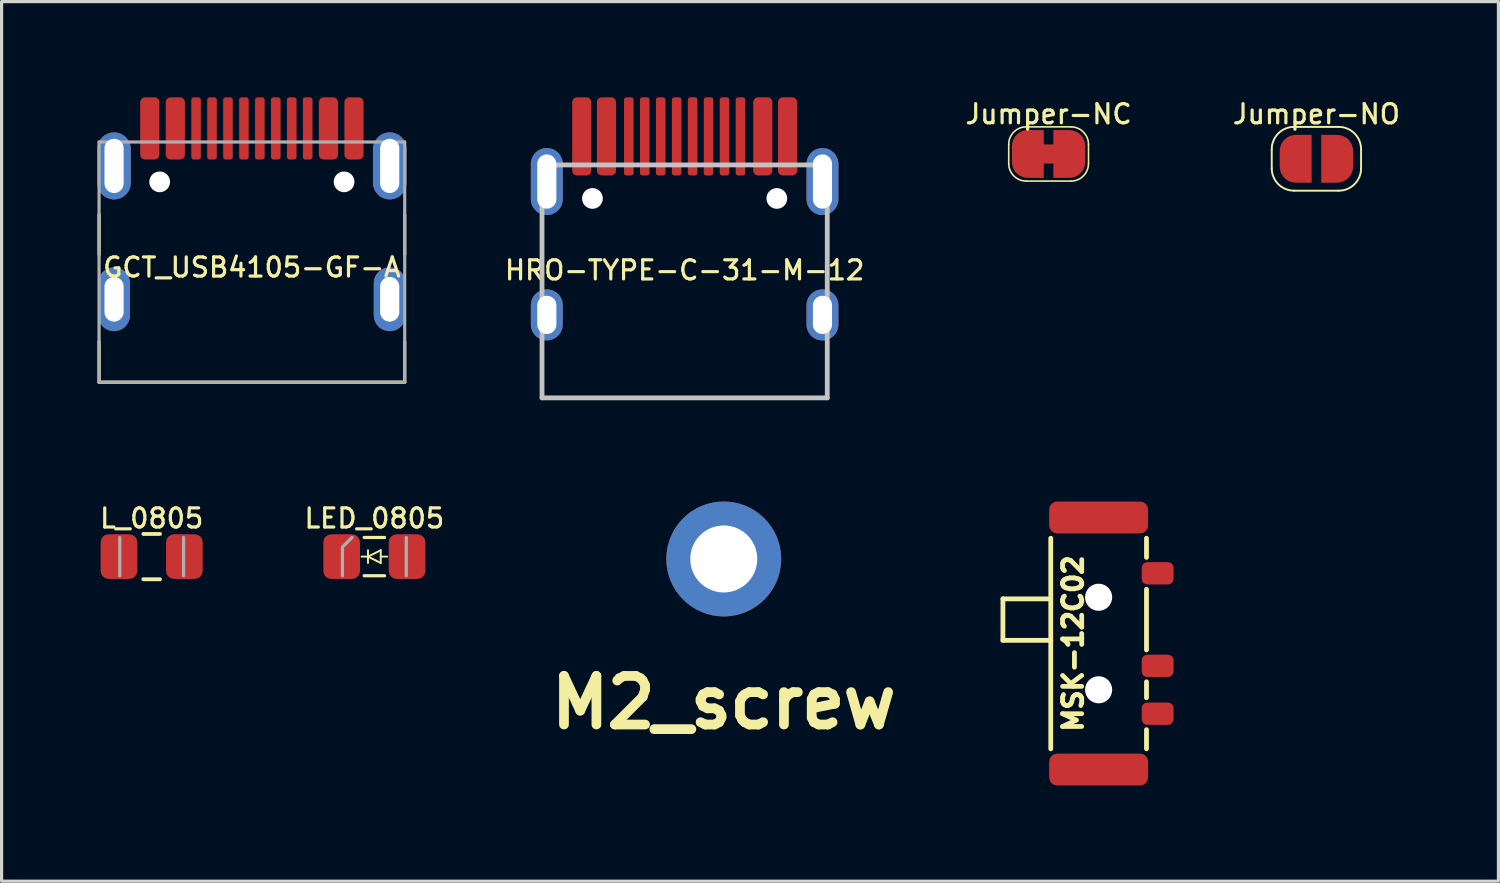
<source format=kicad_pcb>
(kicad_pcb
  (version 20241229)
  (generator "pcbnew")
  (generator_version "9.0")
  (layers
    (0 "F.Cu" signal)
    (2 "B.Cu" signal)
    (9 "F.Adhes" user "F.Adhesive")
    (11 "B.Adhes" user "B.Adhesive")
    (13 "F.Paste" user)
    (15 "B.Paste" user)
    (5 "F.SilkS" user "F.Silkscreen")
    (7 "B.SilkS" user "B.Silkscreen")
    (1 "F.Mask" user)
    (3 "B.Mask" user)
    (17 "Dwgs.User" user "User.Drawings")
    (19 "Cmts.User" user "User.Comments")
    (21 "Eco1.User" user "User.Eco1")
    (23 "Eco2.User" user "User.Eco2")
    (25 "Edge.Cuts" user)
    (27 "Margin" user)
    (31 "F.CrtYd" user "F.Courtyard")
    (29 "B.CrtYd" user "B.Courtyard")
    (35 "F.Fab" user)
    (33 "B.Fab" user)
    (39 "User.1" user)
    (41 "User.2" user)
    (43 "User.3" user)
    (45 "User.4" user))
  (footprint "Jumper-NO"
    (layer "F.Cu")
    (at 38.211 1.927)
    (property "Reference" "Jumper-NO" (at 0 -1.4 0) (layer "F.SilkS") (effects (font (size 0.6 0.6) (thickness 0.1))))
    (attr exclude_from_pos_files exclude_from_bom)
    (fp_line (start -1.4 0.3) (end -1.4 -0.3) (stroke (width 0.06) (type solid)) (layer "F.SilkS"))
    (fp_line (start -0.7 -1) (end 0.7 -1) (stroke (width 0.06) (type solid)) (layer "F.SilkS"))
    (fp_line (start 0.7 1) (end -0.7 1) (stroke (width 0.06) (type solid)) (layer "F.SilkS"))
    (fp_line (start 1.4 -0.3) (end 1.4 0.3) (stroke (width 0.06) (type solid)) (layer "F.SilkS"))
    (fp_arc (start -1.4 -0.3) (mid -1.194975 -0.794975) (end -0.7 -1) (stroke (width 0.06) (type solid)) (layer "F.SilkS"))
    (fp_arc (start -0.7 1) (mid -1.194975 0.794975) (end -1.4 0.3) (stroke (width 0.06) (type solid)) (layer "F.SilkS"))
    (fp_arc (start 0.7 -1) (mid 1.194975 -0.794975) (end 1.4 -0.3) (stroke (width 0.06) (type solid)) (layer "F.SilkS"))
    (fp_arc (start 1.4 0.3) (mid 1.194975 0.794975) (end 0.7 1) (stroke (width 0.06) (type solid)) (layer "F.SilkS"))
    (pad "1" smd custom (at -0.65 0) (size 1 0.5) (layers "F.Cu" "F.Mask") (options (anchor rect)) (primitives (gr_circle (center 0 0.25) (end 0.5 0.25) (width 0) (fill yes)) (gr_circle (center 0 -0.25) (end 0.5 -0.25) (width 0) (fill yes)) (gr_poly (pts (xy 0 -0.75) (xy 0.5 -0.75) (xy 0.5 0.75) (xy 0 0.75)) (width 0) (fill yes))))
    (pad "2" smd custom (at 0.65 0) (size 1 0.5) (layers "F.Cu" "F.Mask") (options (anchor rect)) (primitives (gr_circle (center 0 0.25) (end 0.5 0.25) (width 0) (fill yes)) (gr_circle (center 0 -0.25) (end 0.5 -0.25) (width 0) (fill yes)) (gr_poly (pts (xy 0 -0.75) (xy -0.5 -0.75) (xy -0.5 0.75) (xy 0 0.75)) (width 0) (fill yes)))))
  (footprint "GCT_USB4105-GF-A"
    (layer "F.Cu")
    (at 4.845 5.33)
    (property "Reference" "GCT_USB4105-GF-A" (at 0 0 0) (layer "F.SilkS") (effects (font (size 0.6 0.6) (thickness 0.1))))
    (attr smd)
    (fp_line (start -4.79 -1.65) (end -4.79 -0.4) (stroke (width 0.1) (type solid)) (layer "F.SilkS"))
    (fp_line (start -4.79 2.32) (end -4.79 3.6) (stroke (width 0.1) (type solid)) (layer "F.SilkS"))
    (fp_line (start -4.79 3.6) (end 4.79 3.6) (stroke (width 0.1) (type solid)) (layer "F.SilkS"))
    (fp_line (start 4.79 -1.65) (end 4.79 -0.4) (stroke (width 0.1) (type solid)) (layer "F.SilkS"))
    (fp_line (start 4.79 3.6) (end 4.79 2.32) (stroke (width 0.1) (type solid)) (layer "F.SilkS"))
    (fp_line (start -4.79 -3.93) (end 4.79 -3.93) (stroke (width 0.1) (type solid)) (layer "F.Fab"))
    (fp_line (start -4.79 3.6) (end -4.79 -3.93) (stroke (width 0.1) (type solid)) (layer "F.Fab"))
    (fp_line (start 4.79 -3.93) (end 4.79 3.6) (stroke (width 0.1) (type solid)) (layer "F.Fab"))
    (fp_line (start 4.79 3.6) (end -4.79 3.6) (stroke (width 0.1) (type solid)) (layer "F.Fab"))
    (pad "" np_thru_hole circle (at -2.89 -2.68) (size 0.65 0.65) (drill 0.65) (layers "*.Cu" "*.Mask"))
    (pad "" np_thru_hole circle (at 2.89 -2.68) (size 0.65 0.65) (drill 0.65) (layers "*.Cu" "*.Mask"))
    (pad "A1/B12" smd roundrect (at -3.2 -4.355) (size 0.6 1.95) (layers "F.Cu" "F.Mask" "F.Paste") (roundrect_rratio 0.25))
    (pad "A4/B9" smd roundrect (at -2.4 -4.355) (size 0.6 1.95) (layers "F.Cu" "F.Mask" "F.Paste") (roundrect_rratio 0.25))
    (pad "A5" smd roundrect (at -1.25 -4.355) (size 0.3 1.95) (layers "F.Cu" "F.Mask" "F.Paste") (roundrect_rratio 0.25))
    (pad "A6" smd roundrect (at -0.25 -4.355) (size 0.3 1.95) (layers "F.Cu" "F.Mask" "F.Paste") (roundrect_rratio 0.25))
    (pad "A7" smd roundrect (at 0.25 -4.355) (size 0.3 1.95) (layers "F.Cu" "F.Mask" "F.Paste") (roundrect_rratio 0.25))
    (pad "A8" smd roundrect (at 1.25 -4.355) (size 0.3 1.95) (layers "F.Cu" "F.Mask" "F.Paste") (roundrect_rratio 0.25))
    (pad "B1/A12" smd roundrect (at 3.2 -4.355) (size 0.6 1.95) (layers "F.Cu" "F.Mask" "F.Paste") (roundrect_rratio 0.25))
    (pad "B4/A9" smd roundrect (at 2.4 -4.355) (size 0.6 1.95) (layers "F.Cu" "F.Mask" "F.Paste") (roundrect_rratio 0.25))
    (pad "B5" smd roundrect (at 1.75 -4.355) (size 0.3 1.95) (layers "F.Cu" "F.Mask" "F.Paste") (roundrect_rratio 0.25))
    (pad "B6" smd roundrect (at 0.75 -4.355) (size 0.3 1.95) (layers "F.Cu" "F.Mask" "F.Paste") (roundrect_rratio 0.25))
    (pad "B7" smd roundrect (at -0.75 -4.355) (size 0.3 1.95) (layers "F.Cu" "F.Mask" "F.Paste") (roundrect_rratio 0.25))
    (pad "B8" smd roundrect (at -1.75 -4.355) (size 0.3 1.95) (layers "F.Cu" "F.Mask" "F.Paste") (roundrect_rratio 0.25))
    (pad "G1" thru_hole oval (at -4.32 1) (size 1 2) (drill oval 0.6 1.4) (layers "*.Cu" "*.Mask"))
    (pad "G2" thru_hole oval (at 4.32 1) (size 1 2) (drill oval 0.6 1.4) (layers "*.Cu" "*.Mask"))
    (pad "G3" thru_hole oval (at -4.32 -3.18) (size 1.05 2.1) (drill oval 0.6 1.7) (layers "*.Cu" "*.Mask"))
    (pad "G4" thru_hole oval (at 4.32 -3.18) (size 1.05 2.1) (drill oval 0.6 1.7) (layers "*.Cu" "*.Mask")))
  (footprint "Jumper-NC"
    (layer "F.Cu")
    (at 29.817 1.776)
    (property "Reference" "Jumper-NC" (at 0 -1.25 0) (layer "F.SilkS") (effects (font (size 0.6 0.6) (thickness 0.1))))
    (attr exclude_from_pos_files exclude_from_bom)
    (fp_poly (pts (xy 0.25 -0.3) (xy -0.25 -0.3) (xy -0.25 0.3) (xy 0.25 0.3)) (stroke (width 0) (type solid)) (fill yes) (layer "F.Cu"))
    (fp_line (start -1.25 0.3) (end -1.25 -0.3) (stroke (width 0.05) (type solid)) (layer "F.SilkS"))
    (fp_line (start -0.7 -0.85) (end 0.7 -0.85) (stroke (width 0.05) (type solid)) (layer "F.SilkS"))
    (fp_line (start 0.7 0.85) (end -0.7 0.85) (stroke (width 0.05) (type solid)) (layer "F.SilkS"))
    (fp_line (start 1.25 -0.3) (end 1.25 0.3) (stroke (width 0.05) (type solid)) (layer "F.SilkS"))
    (fp_arc (start -1.25 -0.3) (mid -1.088909 -0.688909) (end -0.7 -0.85) (stroke (width 0.05) (type solid)) (layer "F.SilkS"))
    (fp_arc (start -0.7 0.85) (mid -1.088909 0.688909) (end -1.25 0.3) (stroke (width 0.05) (type solid)) (layer "F.SilkS"))
    (fp_arc (start 0.7 -0.85) (mid 1.088909 -0.688909) (end 1.25 -0.3) (stroke (width 0.05) (type solid)) (layer "F.SilkS"))
    (fp_arc (start 1.25 0.3) (mid 1.088909 0.688909) (end 0.7 0.85) (stroke (width 0.05) (type solid)) (layer "F.SilkS"))
    (pad "1" smd custom (at -0.65 0) (size 1 0.5) (layers "F.Cu" "F.Mask") (options (anchor rect)) (primitives (gr_circle (center 0 0.25) (end 0.5 0.25) (width 0) (fill yes)) (gr_circle (center 0 -0.25) (end 0.5 -0.25) (width 0) (fill yes)) (gr_poly (pts (xy 0 -0.75) (xy 0.5 -0.75) (xy 0.5 0.75) (xy 0 0.75)) (width 0) (fill yes))))
    (pad "2" smd custom (at 0.65 0) (size 1 0.5) (layers "F.Cu" "F.Mask") (options (anchor rect)) (primitives (gr_circle (center 0 0.25) (end 0.5 0.25) (width 0) (fill yes)) (gr_circle (center 0 -0.25) (end 0.5 -0.25) (width 0) (fill yes)) (gr_poly (pts (xy 0 -0.75) (xy -0.5 -0.75) (xy -0.5 0.75) (xy 0 0.75)) (width 0) (fill yes)))))
  (footprint "HRO-TYPE-C-31-M-12"
    (layer "F.Cu")
    (at 18.409 9.42)
    (property "Reference" "HRO-TYPE-C-31-M-12" (at 0 -4 0) (layer "F.SilkS") (effects (font (size 0.6 0.6) (thickness 0.1))))
    (attr smd)
    (fp_line (start -4.47 -7.3) (end 4.47 -7.3) (stroke (width 0.15) (type solid)) (layer "Dwgs.User"))
    (fp_line (start -4.47 0) (end -4.47 -7.3) (stroke (width 0.15) (type solid)) (layer "Dwgs.User"))
    (fp_line (start -4.47 0) (end 4.47 0) (stroke (width 0.15) (type solid)) (layer "Dwgs.User"))
    (fp_line (start 4.47 0) (end 4.47 -7.3) (stroke (width 0.15) (type solid)) (layer "Dwgs.User"))
    (pad "" np_thru_hole circle (at -2.89 -6.25) (size 0.65 0.65) (drill 0.65) (layers "*.Cu" "*.Mask"))
    (pad "" np_thru_hole circle (at 2.89 -6.25) (size 0.65 0.65) (drill 0.65) (layers "*.Cu" "*.Mask"))
    (pad "1" smd roundrect (at -3.225 -8.195) (size 0.6 2.45) (layers "F.Cu" "F.Mask" "F.Paste") (roundrect_rratio 0.25))
    (pad "2" smd roundrect (at -2.45 -8.195) (size 0.6 2.45) (layers "F.Cu" "F.Mask" "F.Paste") (roundrect_rratio 0.25))
    (pad "3" smd roundrect (at -1.75 -8.195) (size 0.3 2.45) (layers "F.Cu" "F.Mask" "F.Paste") (roundrect_rratio 0.25))
    (pad "4" smd roundrect (at -1.25 -8.195) (size 0.3 2.45) (layers "F.Cu" "F.Mask" "F.Paste") (roundrect_rratio 0.25))
    (pad "5" smd roundrect (at -0.75 -8.195) (size 0.3 2.45) (layers "F.Cu" "F.Mask" "F.Paste") (roundrect_rratio 0.25))
    (pad "6" smd roundrect (at -0.25 -8.195) (size 0.3 2.45) (layers "F.Cu" "F.Mask" "F.Paste") (roundrect_rratio 0.25))
    (pad "7" smd roundrect (at 0.25 -8.195) (size 0.3 2.45) (layers "F.Cu" "F.Mask" "F.Paste") (roundrect_rratio 0.25))
    (pad "8" smd roundrect (at 0.75 -8.195) (size 0.3 2.45) (layers "F.Cu" "F.Mask" "F.Paste") (roundrect_rratio 0.25))
    (pad "9" smd roundrect (at 1.25 -8.195) (size 0.3 2.45) (layers "F.Cu" "F.Mask" "F.Paste") (roundrect_rratio 0.25))
    (pad "10" smd roundrect (at 1.75 -8.195) (size 0.3 2.45) (layers "F.Cu" "F.Mask" "F.Paste") (roundrect_rratio 0.25))
    (pad "11" smd roundrect (at 2.45 -8.195) (size 0.6 2.45) (layers "F.Cu" "F.Mask" "F.Paste") (roundrect_rratio 0.25))
    (pad "12" smd roundrect (at 3.225 -8.195) (size 0.6 2.45) (layers "F.Cu" "F.Mask" "F.Paste") (roundrect_rratio 0.25))
    (pad "13" thru_hole oval (at -4.32 -6.78) (size 1 2.1) (drill oval 0.6 1.7) (layers "*.Cu" "B.Mask"))
    (pad "13" thru_hole oval (at -4.32 -2.6) (size 1 1.6) (drill oval 0.6 1.2) (layers "*.Cu" "B.Mask"))
    (pad "13" thru_hole oval (at 4.32 -6.78) (size 1 2.1) (drill oval 0.6 1.7) (layers "*.Cu" "B.Mask"))
    (pad "13" thru_hole oval (at 4.32 -2.6) (size 1 1.6) (drill oval 0.6 1.2) (layers "*.Cu" "B.Mask")))
  (footprint "L_0805"
    (layer "F.Cu")
    (at 1.704 14.396)
    (property "Reference" "L_0805" (at 0 -1.2 0) (layer "F.SilkS") (effects (font (size 0.6 0.6) (thickness 0.1))))
    (attr smd)
    (fp_line (start -0.261 -0.71) (end 0.261 -0.71) (stroke (width 0.12) (type solid)) (layer "F.SilkS"))
    (fp_line (start -0.261 0.71) (end 0.261 0.71) (stroke (width 0.12) (type solid)) (layer "F.SilkS"))
    (fp_line (start -1 0.6) (end -1 -0.6) (stroke (width 0.1) (type solid)) (layer "F.Fab"))
    (fp_line (start 1 -0.6) (end 1 0.6) (stroke (width 0.1) (type solid)) (layer "F.Fab"))
    (pad "1" smd roundrect (at -1.025 0) (size 1.15 1.4) (layers "F.Cu" "F.Mask" "F.Paste") (roundrect_rratio 0.217))
    (pad "2" smd roundrect (at 1.025 0) (size 1.15 1.4) (layers "F.Cu" "F.Mask" "F.Paste") (roundrect_rratio 0.217)))
  (footprint "M2_screw"
    (layer "F.Cu")
    (at 19.635 14.47)
    (property "Reference" "M2_screw" (at 0 4.5 0) (layer "F.SilkS") (effects (font (size 1.524 1.524) (thickness 0.305))))
    (attr exclude_from_pos_files exclude_from_bom)
    (pad "1" thru_hole circle (at 0 0) (size 3.6 3.6) (drill 2.1) (layers "*.Cu" "*.Mask")))
  (footprint "MSK-12C02"
    (layer "F.Cu")
    (at 31.385 17.12)
    (property "Reference" "MSK-12C02" (at -0.8 0 90) (layer "F.SilkS") (effects (font (size 0.6 0.6) (thickness 0.15))))
    (attr through_hole)
    (fp_line (start -3 -1.4) (end -1.5 -1.4) (stroke (width 0.15) (type solid)) (layer "F.SilkS"))
    (fp_line (start -3 -0.1) (end -3 -1.4) (stroke (width 0.15) (type solid)) (layer "F.SilkS"))
    (fp_line (start -3 -0.1) (end -1.5 -0.1) (stroke (width 0.15) (type solid)) (layer "F.SilkS"))
    (fp_line (start -1.5 -3.3) (end -1.5 3.3) (stroke (width 0.15) (type solid)) (layer "F.SilkS"))
    (fp_line (start 1.5 -3.3) (end 1.5 -2.7) (stroke (width 0.15) (type solid)) (layer "F.SilkS"))
    (fp_line (start 1.5 -1.7) (end 1.5 0.2) (stroke (width 0.15) (type solid)) (layer "F.SilkS"))
    (fp_line (start 1.5 1.2) (end 1.5 1.7) (stroke (width 0.15) (type solid)) (layer "F.SilkS"))
    (fp_line (start 1.5 2.7) (end 1.5 3.3) (stroke (width 0.15) (type solid)) (layer "F.SilkS"))
    (pad "" np_thru_hole circle (at 0 -1.45) (size 0.85 0.85) (drill 0.85) (layers "*.Cu" "*.Mask"))
    (pad "" np_thru_hole circle (at 0 1.45) (size 0.85 0.85) (drill 0.85) (layers "*.Cu" "*.Mask"))
    (pad "1" smd roundrect (at 1.85 -2.2 90) (size 0.7 1) (layers "F.Cu" "F.Mask" "F.Paste") (roundrect_rratio 0.25))
    (pad "2" smd roundrect (at 1.85 0.7 90) (size 0.7 1) (layers "F.Cu" "F.Mask" "F.Paste") (roundrect_rratio 0.25))
    (pad "3" smd roundrect (at 1.85 2.2 90) (size 0.7 1) (layers "F.Cu" "F.Mask" "F.Paste") (roundrect_rratio 0.25))
    (pad "NC" smd roundrect (at 0 -3.95) (size 3.1 1) (layers "F.Cu" "F.Mask" "F.Paste") (roundrect_rratio 0.25))
    (pad "NC" smd roundrect (at 0 3.95) (size 3.1 1) (layers "F.Cu" "F.Mask" "F.Paste") (roundrect_rratio 0.25)))
  (footprint "LED_0805"
    (layer "F.Cu")
    (at 8.684 14.396)
    (property "Reference" "LED_0805" (at 0 -1.2 0) (layer "F.SilkS") (effects (font (size 0.6 0.6) (thickness 0.1))))
    (attr smd)
    (fp_line (start -0.4 0) (end -0.2 0) (stroke (width 0.06) (type solid)) (layer "F.SilkS"))
    (fp_line (start -0.32 -0.6) (end 0.32 -0.6) (stroke (width 0.1) (type solid)) (layer "F.SilkS"))
    (fp_line (start -0.32 0.6) (end 0.32 0.6) (stroke (width 0.1) (type solid)) (layer "F.SilkS"))
    (fp_line (start -0.2 -0.2) (end -0.2 0.2) (stroke (width 0.06) (type solid)) (layer "F.SilkS"))
    (fp_line (start 0.2 -0.2) (end -0.2 0) (stroke (width 0.06) (type solid)) (layer "F.SilkS"))
    (fp_line (start 0.2 -0.2) (end 0.2 0.2) (stroke (width 0.06) (type solid)) (layer "F.SilkS"))
    (fp_line (start 0.2 0) (end 0.4 0) (stroke (width 0.06) (type solid)) (layer "F.SilkS"))
    (fp_line (start 0.2 0.2) (end -0.2 0) (stroke (width 0.06) (type solid)) (layer "F.SilkS"))
    (fp_line (start -1 -0.3) (end -1 0.6) (stroke (width 0.1) (type solid)) (layer "F.Fab"))
    (fp_line (start -0.7 -0.6) (end -1 -0.3) (stroke (width 0.1) (type solid)) (layer "F.Fab"))
    (fp_line (start 1 0.6) (end 1 -0.6) (stroke (width 0.1) (type solid)) (layer "F.Fab"))
    (pad "1" smd roundrect (at -1.025 0) (size 1.15 1.4) (layers "F.Cu" "F.Mask" "F.Paste") (roundrect_rratio 0.217))
    (pad "2" smd roundrect (at 1.025 0) (size 1.15 1.4) (layers "F.Cu" "F.Mask" "F.Paste") (roundrect_rratio 0.217)))
  (gr_rect
    (start -3 -3)
    (end 43.916 24.57)
    (stroke (width 0.1) (type default))
    (fill no)
    (layer "Edge.Cuts")))
</source>
